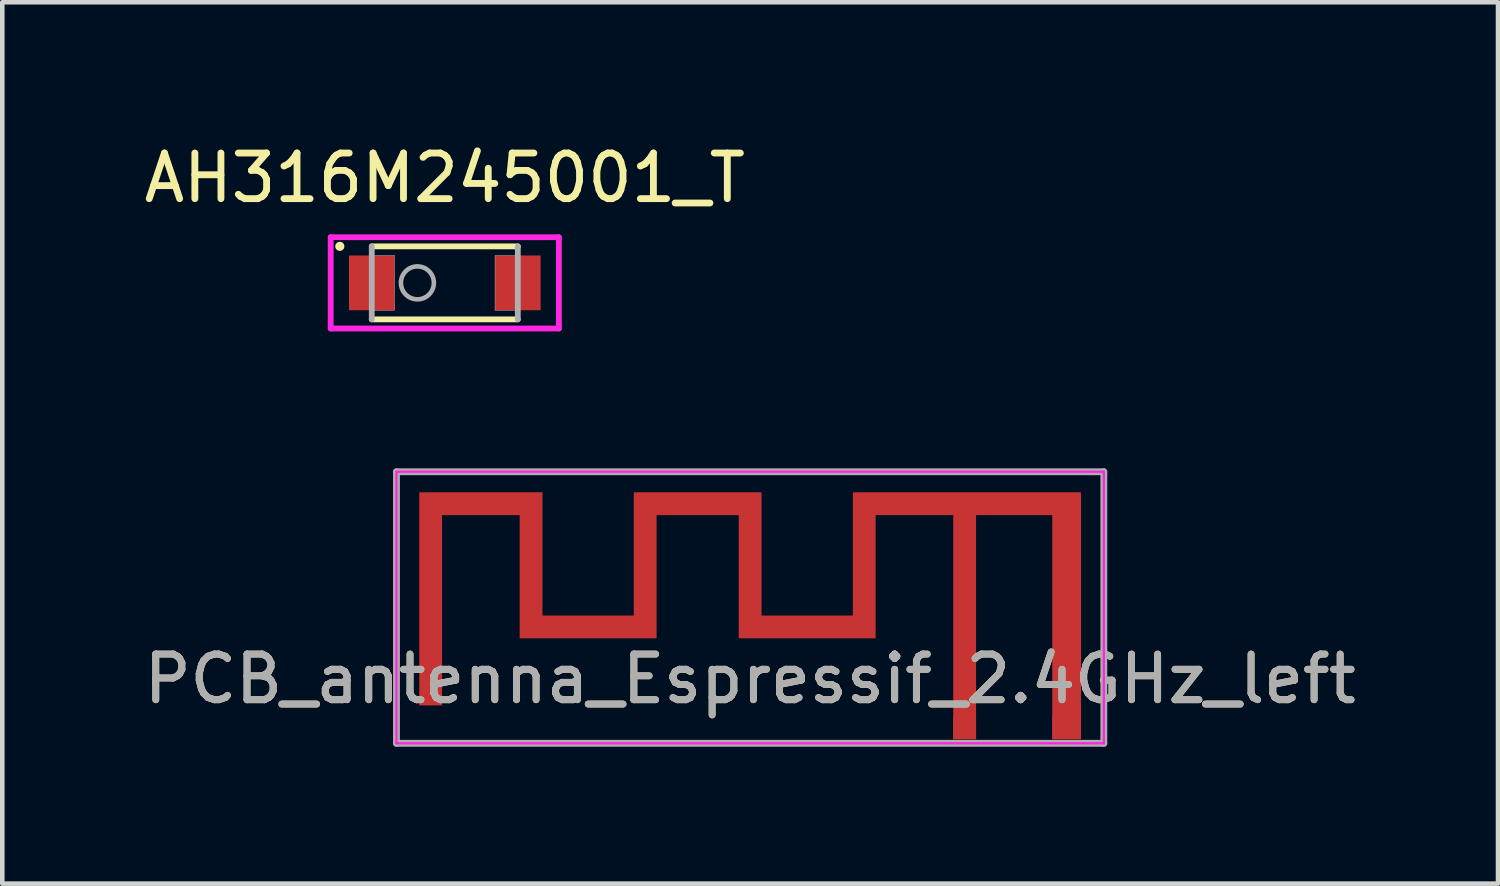
<source format=kicad_pcb>
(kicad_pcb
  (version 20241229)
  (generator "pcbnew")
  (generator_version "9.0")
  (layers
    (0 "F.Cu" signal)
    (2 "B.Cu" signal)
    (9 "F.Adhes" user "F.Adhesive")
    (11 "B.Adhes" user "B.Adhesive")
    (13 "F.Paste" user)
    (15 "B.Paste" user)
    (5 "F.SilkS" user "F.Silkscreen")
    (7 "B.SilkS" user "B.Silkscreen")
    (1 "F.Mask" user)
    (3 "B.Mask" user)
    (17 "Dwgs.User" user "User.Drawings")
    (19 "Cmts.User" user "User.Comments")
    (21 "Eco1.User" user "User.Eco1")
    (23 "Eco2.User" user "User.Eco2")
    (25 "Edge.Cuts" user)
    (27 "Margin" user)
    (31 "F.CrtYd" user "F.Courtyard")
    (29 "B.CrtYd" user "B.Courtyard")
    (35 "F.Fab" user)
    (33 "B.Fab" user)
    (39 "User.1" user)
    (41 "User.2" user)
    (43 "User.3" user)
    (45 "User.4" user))
  (footprint "AH316M245001_T"
    (layer "F.Cu")
    (at 6.696 3.148)
    (property "Reference" "AH316M245001_T" (at 0 -2.3 0) (layer "F.SilkS") (effects (font (size 1 1) (thickness 0.15))))
    (attr smd)
    (fp_line (start -1.6 0.8) (end 1.6 0.8) (stroke (width 0.127) (type solid)) (layer "F.SilkS"))
    (fp_line (start 1.6 -0.8) (end -1.6 -0.8) (stroke (width 0.127) (type solid)) (layer "F.SilkS"))
    (fp_circle (center -2.3 -0.8) (end -2.2 -0.8) (stroke (width 0) (type solid)) (fill yes) (layer "F.SilkS"))
    (fp_line (start -2.5 -1) (end 2.5 -1) (stroke (width 0.127) (type solid)) (layer "F.CrtYd"))
    (fp_line (start -2.5 1) (end -2.5 -1) (stroke (width 0.127) (type solid)) (layer "F.CrtYd"))
    (fp_line (start 2.5 -1) (end 2.5 1) (stroke (width 0.127) (type solid)) (layer "F.CrtYd"))
    (fp_line (start 2.5 1) (end -2.5 1) (stroke (width 0.127) (type solid)) (layer "F.CrtYd"))
    (fp_line (start -1.6 -0.8) (end -1.6 0.8) (stroke (width 0.127) (type solid)) (layer "F.Fab"))
    (fp_line (start 1.6 0.8) (end 1.6 -0.8) (stroke (width 0.127) (type solid)) (layer "F.Fab"))
    (fp_circle (center -0.6 0) (end -0.239 0) (stroke (width 0.1) (type solid)) (fill no) (layer "F.Fab"))
    (fp_poly (pts (xy -1.601 -0.6) (xy -1.1 -0.6) (xy -1.1 0.601) (xy -1.601 0.601)) (stroke (width 0.01) (type solid)) (fill no) (layer "F.Fab"))
    (fp_poly (pts (xy 1.101 -0.6) (xy 1.6 -0.6) (xy 1.6 0.601) (xy 1.101 0.601)) (stroke (width 0.01) (type solid)) (fill no) (layer "F.Fab"))
    (pad "1" smd rect (at -1.6 0) (size 1 1.2) (layers "F.Cu" "F.Mask" "F.Paste"))
    (pad "2" smd rect (at 1.6 0) (size 1 1.2) (layers "F.Cu" "F.Mask" "F.Paste")))
  (footprint "PCB_antenna_Espressif_2.4GHz_left"
    (layer "F.Cu")
    (at 13.387 10.037)
    (property "Reference" "PCB_antenna_Espressif_2.4GHz_left" (at 0 1.79 0) (layer "F.SilkS") (effects (font (size 1 1) (thickness 0.15))))
    (attr exclude_from_pos_files exclude_from_bom)
    (fp_poly (pts (xy 2.25 0.4) (xy 0.25 0.4) (xy 0.25 -2.3) (xy -2.55 -2.3) (xy -2.55 0.4) (xy -4.55 0.4) (xy -4.55 -2.3) (xy -7.25 -2.3) (xy -7.25 2.37) (xy -6.75 2.37) (xy -6.75 -1.8) (xy -5.05 -1.8) (xy -5.05 0.9) (xy -2.05 0.9) (xy -2.05 -1.8) (xy -0.25 -1.8) (xy -0.25 0.9) (xy 2.75 0.9) (xy 2.75 -1.8) (xy 4.45 -1.8) (xy 4.45 3.11) (xy 4.95 3.11) (xy 4.95 -1.8) (xy 6.62 -1.8) (xy 6.62 3.11) (xy 7.25 3.11) (xy 7.25 2.857) (xy 6.948 2.857) (xy 6.938 2.904) (xy 6.914 2.947) (xy 6.876 2.98) (xy 6.868 2.984) (xy 6.825 2.996) (xy 6.777 2.995) (xy 6.731 2.982) (xy 6.713 2.972) (xy 6.679 2.937) (xy 6.658 2.891) (xy 6.652 2.842) (xy 6.66 2.794) (xy 6.677 2.761) (xy 6.712 2.729) (xy 6.758 2.709) (xy 6.807 2.702) (xy 6.855 2.71) (xy 6.888 2.727) (xy 6.923 2.764) (xy 6.943 2.808) (xy 6.948 2.857) (xy 7.25 2.878) (xy 7.25 -2.3) (xy 2.25 -2.3) (xy 2.25 0.34)) (stroke (width 0) (type solid)) (fill yes) (layer "F.Cu"))
    (fp_line (start -7.75 -2.75) (end 7.75 -2.75) (stroke (width 0.05) (type solid)) (layer "F.CrtYd"))
    (fp_line (start -7.75 3.2) (end -7.75 -2.75) (stroke (width 0.05) (type solid)) (layer "F.CrtYd"))
    (fp_line (start 7.75 -2.75) (end 7.75 3.2) (stroke (width 0.05) (type solid)) (layer "F.CrtYd"))
    (fp_line (start 7.75 3.2) (end -7.75 3.2) (stroke (width 0.05) (type solid)) (layer "F.CrtYd"))
    (fp_line (start -7.75 -2.75) (end 7.75 -2.75) (stroke (width 0.15) (type solid)) (layer "F.Fab"))
    (fp_line (start -7.75 3.2) (end -7.75 -2.75) (stroke (width 0.15) (type solid)) (layer "F.Fab"))
    (fp_line (start 7.75 -2.75) (end 7.75 3.2) (stroke (width 0.15) (type solid)) (layer "F.Fab"))
    (fp_line (start 7.75 3.2) (end -7.75 3.2) (stroke (width 0.15) (type solid)) (layer "F.Fab"))
    (fp_text user "${REFERENCE}" (at 0 1.79 0) (layer "F.Fab") (effects (font (size 1 1) (thickness 0.15))))
    (pad "1" connect rect (at 4.7 2.86) (size 0.5 0.5) (layers "F.Cu"))
    (pad "2" smd rect (at 6.935 2.86) (size 0.63 0.5) (layers "F.Cu" "F.Mask"))
    (zone (net_name "") (layer "F.SilkS") (hatch edge 0.5) (connect_pads) (min_thickness 0.25) (filled_areas_thickness no) (keepout (tracks not_allowed) (vias not_allowed) (pads not_allowed) (copperpour not_allowed) (footprints not_allowed)) (placement (enabled no)) (fill) (polygon (pts (xy 21.067 7.357) (xy 21.067 12.717) (xy 5.707 12.717) (xy 5.707 7.357)))))
  (gr_rect
    (start -3 -3)
    (end 29.774 16.312)
    (stroke (width 0.1) (type default))
    (fill no)
    (layer "Edge.Cuts")))
</source>
